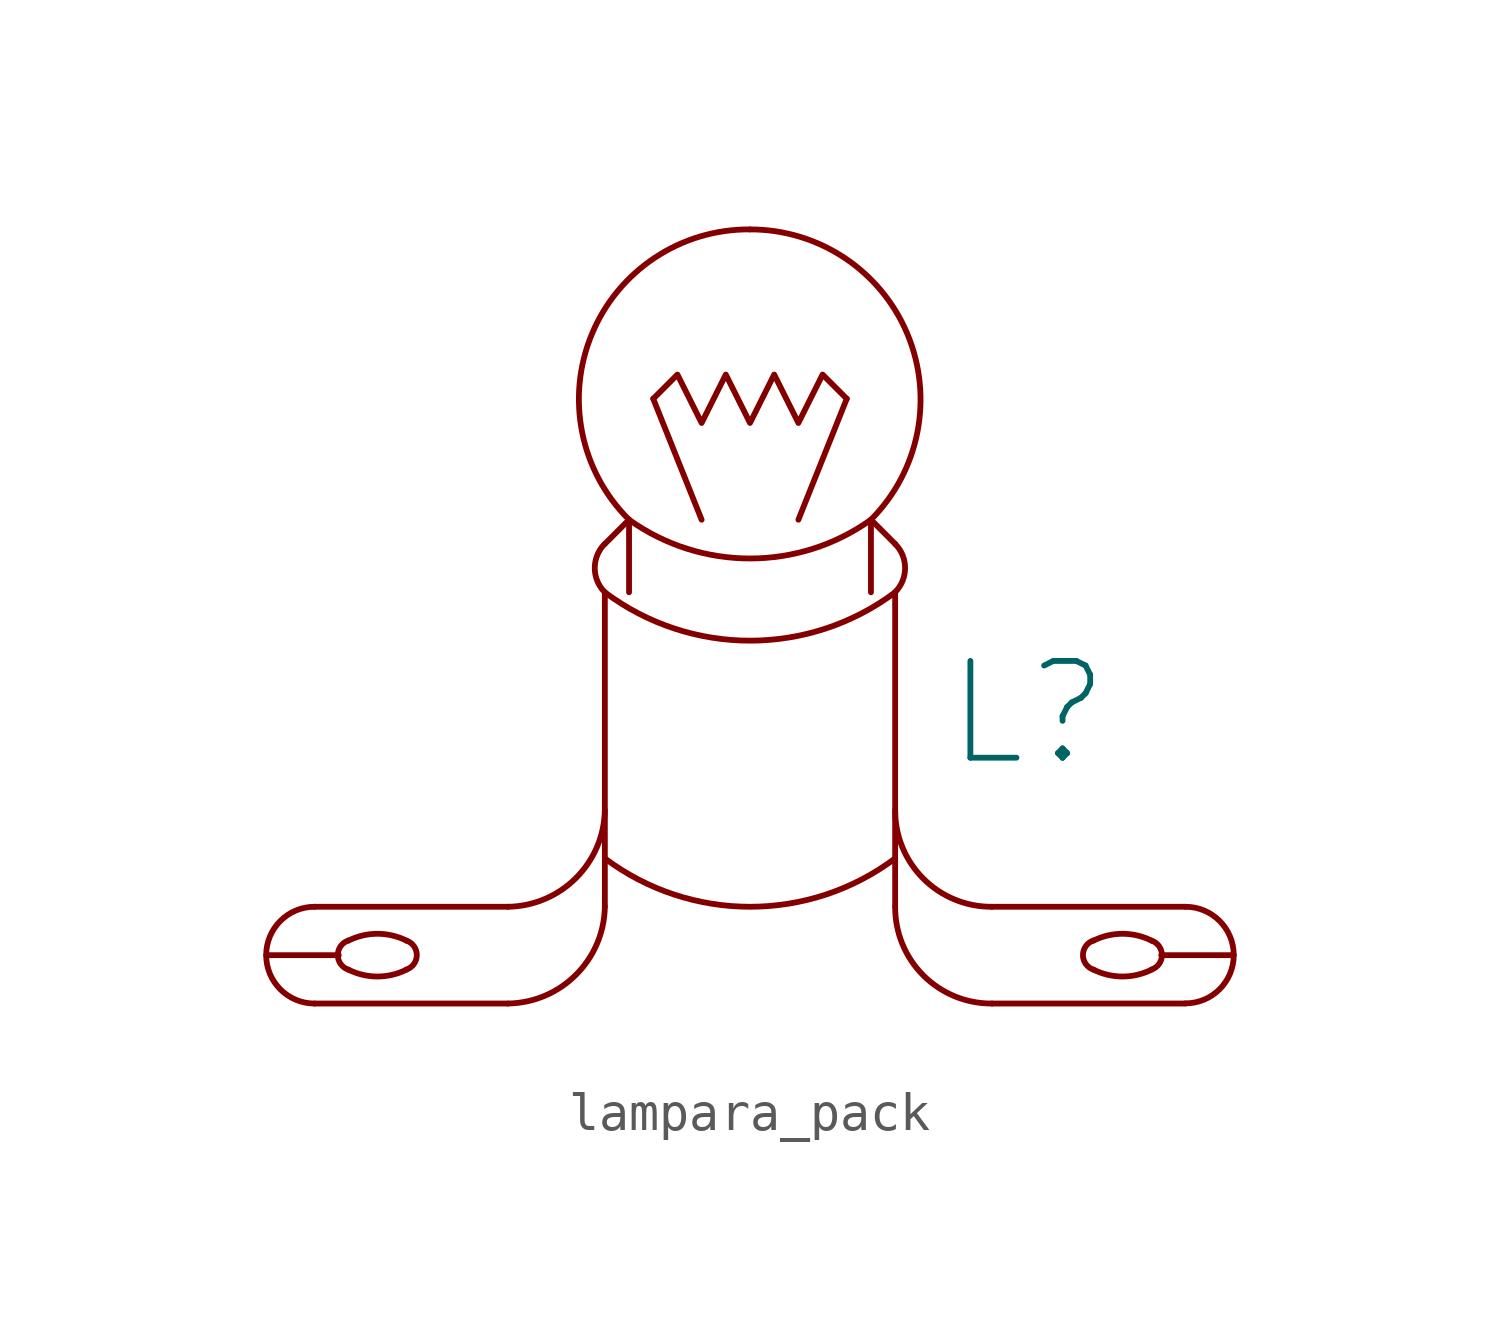
<source format=kicad_sym>
(kicad_symbol_lib
  (version 20211014)
  (generator kicad_symbol_editor)
  (symbol "lampara_pack"
    (pin_names
      (offset 1.016))
    (property "Reference" "L"
      (at 17.78 6.35 0)
      (effects (font (size 2.54 2.54)) (justify left)))
    (symbol "lampara_pack_0_1"
      (polyline (pts (xy 1.27 -1.27) (xy 6.35 -1.27)) (stroke (width 0) (type default) (color 0 0 0 0)) (fill (type none)))
      (polyline (pts (xy 6.35 1.27) (xy 1.27 1.27)) (stroke (width 0) (type default) (color 0 0 0 0)) (fill (type none)))
      (polyline (pts (xy 8.89 1.27) (xy 8.89 9.525)) (stroke (width 0) (type default) (color 0 0 0 0)) (fill (type none)))
      (polyline (pts (xy 8.89 10.795) (xy 9.525 11.43)) (stroke (width 0) (type default) (color 0 0 0 0)) (fill (type none)))
      (polyline (pts (xy 9.525 11.43) (xy 9.525 9.525)) (stroke (width 0) (type default) (color 0 0 0 0)) (fill (type none)))
      (polyline (pts (xy 11.43 11.43) (xy 10.16 14.605)) (stroke (width 0) (type default) (color 0 0 0 0)) (fill (type none)))
      (polyline (pts (xy 13.97 11.43) (xy 15.24 14.605)) (stroke (width 0) (type default) (color 0 0 0 0)) (fill (type none)))
      (polyline (pts (xy 15.875 11.43) (xy 15.875 9.525)) (stroke (width 0) (type default) (color 0 0 0 0)) (fill (type none)))
      (polyline (pts (xy 16.51 1.27) (xy 16.51 9.525)) (stroke (width 0) (type default) (color 0 0 0 0)) (fill (type none)))
      (polyline (pts (xy 16.51 10.795) (xy 15.875 11.43)) (stroke (width 0) (type default) (color 0 0 0 0)) (fill (type none)))
      (polyline (pts (xy 19.05 1.27) (xy 24.13 1.27)) (stroke (width 0) (type default) (color 0 0 0 0)) (fill (type none)))
      (polyline (pts (xy 24.13 -1.27) (xy 19.05 -1.27)) (stroke (width 0) (type default) (color 0 0 0 0)) (fill (type none)))
      (polyline (pts (xy 10.16 14.605) (xy 10.795 15.24) (xy 11.43 13.97) (xy 12.065 15.24) (xy 12.7 13.97) (xy 13.335 15.24) (xy 13.97 13.97) (xy 14.605 15.24) (xy 15.24 14.605)) (stroke (width 0) (type default) (color 0 0 0 0)) (fill (type none)))
      (arc (start 1.27 1.27) (mid 0 0) (end 1.27 -1.27) (stroke (width 0) (type default) (color 0 0 0 0)) (fill (type none)))
      (arc (start 2.159 -0.381) (mid 2.921 -0.5609) (end 3.683 -0.381) (stroke (width 0) (type default) (color 0 0 0 0)) (fill (type none)))
      (arc (start 2.159 0.381) (mid 1.8844 0) (end 2.159 -0.381) (stroke (width 0) (type default) (color 0 0 0 0)) (fill (type none)))
      (arc (start 3.683 -0.381) (mid 3.9576 0) (end 3.683 0.381) (stroke (width 0) (type default) (color 0 0 0 0)) (fill (type none)))
      (arc (start 3.683 0.381) (mid 2.921 0.5609) (end 2.159 0.381) (stroke (width 0) (type default) (color 0 0 0 0)) (fill (type none)))
      (arc (start 6.35 -1.27) (mid 8.1297 -0.5171) (end 8.89 1.27) (stroke (width 0) (type default) (color 0 0 0 0)) (fill (type none)))
      (arc (start 6.35 1.27) (mid 8.1297 2.0229) (end 8.89 3.81) (stroke (width 0) (type default) (color 0 0 0 0)) (fill (type none)))
      (arc (start 8.89 2.54) (mid 12.7 1.27) (end 16.51 2.54) (stroke (width 0) (type default) (color 0 0 0 0)) (fill (type none)))
      (arc (start 8.89 9.525) (mid 12.7 8.255) (end 16.51 9.525) (stroke (width 0) (type default) (color 0 0 0 0)) (fill (type none)))
      (arc (start 8.89 10.795) (mid 8.627 10.16) (end 8.89 9.525) (stroke (width 0) (type default) (color 0 0 0 0)) (fill (type none)))
      (arc (start 9.525 11.43) (mid 12.7 10.4125) (end 15.875 11.43) (stroke (width 0) (type default) (color 0 0 0 0)) (fill (type none)))
      (arc (start 12.7 19.05) (mid 8.5493 16.3021) (end 9.525 11.43) (stroke (width 0) (type default) (color 0 0 0 0)) (fill (type none)))
      (arc (start 15.875 11.43) (mid 16.8357 16.2958) (end 12.7 19.05) (stroke (width 0) (type default) (color 0 0 0 0)) (fill (type none)))
      (arc (start 16.51 1.27) (mid 17.2523 -0.5349) (end 19.05 -1.27) (stroke (width 0) (type default) (color 0 0 0 0)) (fill (type none)))
      (arc (start 16.51 3.81) (mid 17.2523 2.0051) (end 19.05 1.27) (stroke (width 0) (type default) (color 0 0 0 0)) (fill (type none)))
      (arc (start 16.51 9.525) (mid 16.773 10.16) (end 16.51 10.795) (stroke (width 0) (type default) (color 0 0 0 0)) (fill (type none)))
      (arc (start 21.717 -0.381) (mid 22.479 -0.5609) (end 23.241 -0.381) (stroke (width 0) (type default) (color 0 0 0 0)) (fill (type none)))
      (arc (start 21.717 0.381) (mid 21.4424 0) (end 21.717 -0.381) (stroke (width 0) (type default) (color 0 0 0 0)) (fill (type none)))
      (arc (start 23.241 -0.381) (mid 23.5156 0) (end 23.241 0.381) (stroke (width 0) (type default) (color 0 0 0 0)) (fill (type none)))
      (arc (start 23.241 0.381) (mid 22.479 0.5609) (end 21.717 0.381) (stroke (width 0) (type default) (color 0 0 0 0)) (fill (type none)))
      (arc (start 24.13 -1.27) (mid 25.4 0) (end 24.13 1.27) (stroke (width 0) (type default) (color 0 0 0 0)) (fill (type none))))
    (symbol "lampara_pack_1_1"
      (pin input line (at 0 0 0) (length 1.905) (name "~" (effects (font (size 1.27 1.27)))) (number "~" (effects (font (size 1.143 1.143)))))
      (pin input line (at 25.4 0 180) (length 1.905) (name "~" (effects (font (size 1.27 1.27)))) (number "~" (effects (font (size 1.143 1.143))))))))
</source>
